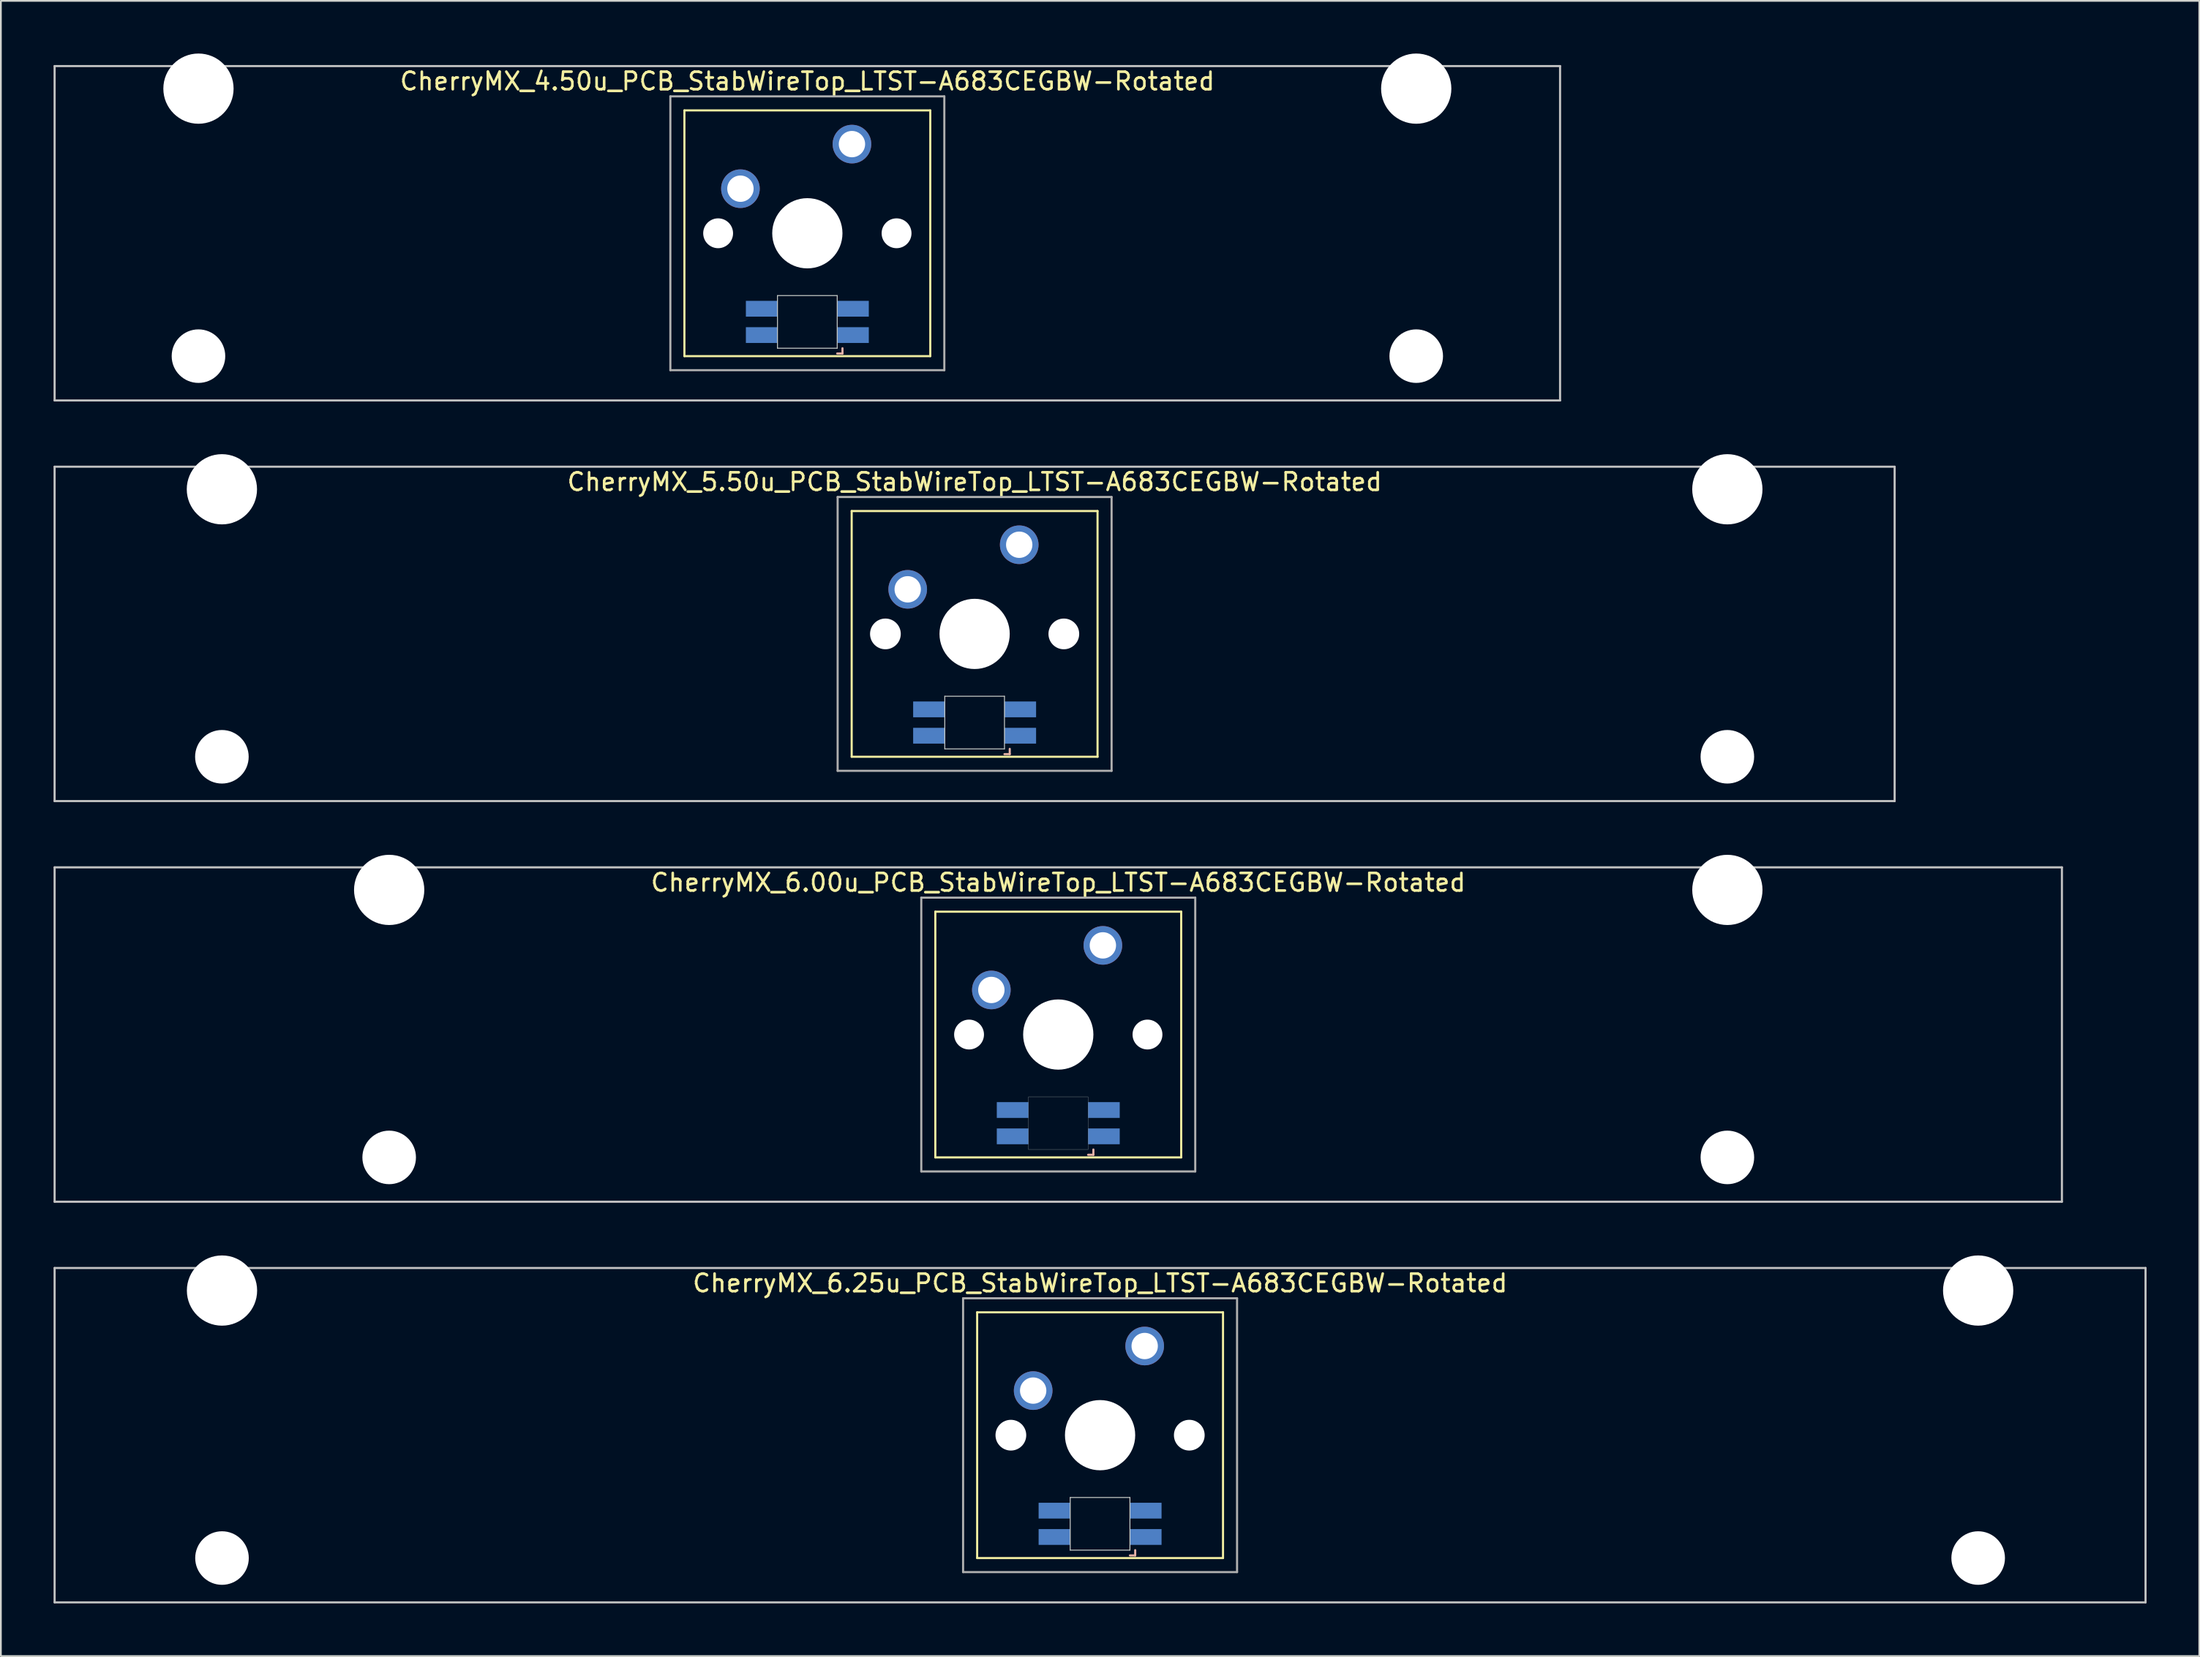
<source format=kicad_pcb>
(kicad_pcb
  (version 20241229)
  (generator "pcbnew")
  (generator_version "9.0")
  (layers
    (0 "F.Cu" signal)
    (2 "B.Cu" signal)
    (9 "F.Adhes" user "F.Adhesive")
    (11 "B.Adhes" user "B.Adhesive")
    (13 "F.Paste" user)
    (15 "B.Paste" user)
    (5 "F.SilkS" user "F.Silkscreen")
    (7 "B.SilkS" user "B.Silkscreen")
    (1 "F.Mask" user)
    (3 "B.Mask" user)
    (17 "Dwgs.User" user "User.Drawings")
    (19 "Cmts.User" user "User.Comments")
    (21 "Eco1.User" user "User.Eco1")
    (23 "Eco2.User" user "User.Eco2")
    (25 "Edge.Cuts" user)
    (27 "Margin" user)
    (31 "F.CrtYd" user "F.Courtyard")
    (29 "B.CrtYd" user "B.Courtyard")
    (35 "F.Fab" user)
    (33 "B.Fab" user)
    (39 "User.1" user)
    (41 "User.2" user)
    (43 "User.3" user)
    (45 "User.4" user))
  (footprint "CherryMX_4.50u_PCB_StabWireTop_LTST-A683CEGBW-Rotated"
    (layer "F.Cu")
    (at 42.922 10.24)
    (property "Reference" "CherryMX_4.50u_PCB_StabWireTop_LTST-A683CEGBW-Rotated" (at 0 -8.662 0) (layer "F.SilkS") (effects (font (size 1 1) (thickness 0.15))))
    (attr through_hole)
    (fp_line (start -7 -7) (end -7 7) (stroke (width 0.12) (type solid)) (layer "F.SilkS"))
    (fp_line (start -7 -7) (end 7 -7) (stroke (width 0.12) (type solid)) (layer "F.SilkS"))
    (fp_line (start 7 -7) (end 7 7) (stroke (width 0.12) (type solid)) (layer "F.SilkS"))
    (fp_line (start 7 7) (end -7 7) (stroke (width 0.12) (type solid)) (layer "F.SilkS"))
    (fp_line (start 1.7 6.85) (end 2 6.85) (stroke (width 0.12) (type solid)) (layer "B.SilkS"))
    (fp_line (start 2 6.85) (end 2 6.55) (stroke (width 0.12) (type solid)) (layer "B.SilkS"))
    (fp_line (start -42.862 -9.525) (end 42.862 -9.525) (stroke (width 0.12) (type solid)) (layer "Dwgs.User"))
    (fp_line (start -42.862 9.525) (end -42.862 -9.525) (stroke (width 0.12) (type solid)) (layer "Dwgs.User"))
    (fp_line (start 42.862 -9.525) (end 42.862 9.525) (stroke (width 0.12) (type solid)) (layer "Dwgs.User"))
    (fp_line (start 42.862 9.525) (end -42.862 9.525) (stroke (width 0.12) (type solid)) (layer "Dwgs.User"))
    (fp_line (start -1.7 3.55) (end 1.7 3.55) (stroke (width 0.05) (type solid)) (layer "Edge.Cuts"))
    (fp_line (start -1.7 6.55) (end -1.7 3.55) (stroke (width 0.05) (type solid)) (layer "Edge.Cuts"))
    (fp_line (start 1.7 3.55) (end 1.7 6.55) (stroke (width 0.05) (type solid)) (layer "Edge.Cuts"))
    (fp_line (start 1.7 6.55) (end -1.7 6.55) (stroke (width 0.05) (type solid)) (layer "Edge.Cuts"))
    (fp_line (start -7.8 -7.8) (end -7.8 7.8) (stroke (width 0.12) (type solid)) (layer "F.Fab"))
    (fp_line (start -7.8 -7.8) (end 7.8 -7.8) (stroke (width 0.12) (type solid)) (layer "F.Fab"))
    (fp_line (start -7.8 7.8) (end 7.8 7.8) (stroke (width 0.12) (type solid)) (layer "F.Fab"))
    (fp_line (start 7.8 -7.8) (end 7.8 7.8) (stroke (width 0.12) (type solid)) (layer "F.Fab"))
    (pad "" np_thru_hole circle (at -34.671 -8.24) (size 4 4) (drill 4) (layers "*.Cu" "*.Mask"))
    (pad "" np_thru_hole circle (at -34.671 7) (size 3.05 3.05) (drill 3.05) (layers "*.Cu" "*.Mask"))
    (pad "" np_thru_hole circle (at -5.08 0) (size 1.7 1.7) (drill 1.7) (layers "*.Cu" "*.Mask"))
    (pad "" np_thru_hole circle (at 0 0) (size 4 4) (drill 4) (layers "*.Cu" "*.Mask"))
    (pad "" np_thru_hole circle (at 5.08 0) (size 1.7 1.7) (drill 1.7) (layers "*.Cu" "*.Mask"))
    (pad "" np_thru_hole circle (at 34.671 -8.24) (size 4 4) (drill 4) (layers "*.Cu" "*.Mask"))
    (pad "" np_thru_hole circle (at 34.671 7) (size 3.05 3.05) (drill 3.05) (layers "*.Cu" "*.Mask"))
    (pad "1" thru_hole circle (at -3.81 -2.54) (size 2.2 2.2) (drill 1.5) (layers "*.Cu" "*.Mask"))
    (pad "2" thru_hole circle (at 2.54 -5.08) (size 2.2 2.2) (drill 1.5) (layers "*.Cu" "*.Mask"))
    (pad "3" smd rect (at 2.6 5.8 180) (size 1.8 0.9) (layers "B.Cu" "B.Mask" "B.Paste"))
    (pad "4" smd rect (at 2.6 4.3 180) (size 1.8 0.9) (layers "B.Cu" "B.Mask" "B.Paste"))
    (pad "5" smd rect (at -2.6 5.8 180) (size 1.8 0.9) (layers "B.Cu" "B.Mask" "B.Paste"))
    (pad "6" smd rect (at -2.6 4.3 180) (size 1.8 0.9) (layers "B.Cu" "B.Mask" "B.Paste")))
  (footprint "CherryMX_5.50u_PCB_StabWireTop_LTST-A683CEGBW-Rotated"
    (layer "F.Cu")
    (at 52.447 33.065)
    (property "Reference" "CherryMX_5.50u_PCB_StabWireTop_LTST-A683CEGBW-Rotated" (at 0 -8.662 0) (layer "F.SilkS") (effects (font (size 1 1) (thickness 0.15))))
    (attr through_hole)
    (fp_line (start -7 -7) (end -7 7) (stroke (width 0.12) (type solid)) (layer "F.SilkS"))
    (fp_line (start -7 -7) (end 7 -7) (stroke (width 0.12) (type solid)) (layer "F.SilkS"))
    (fp_line (start 7 -7) (end 7 7) (stroke (width 0.12) (type solid)) (layer "F.SilkS"))
    (fp_line (start 7 7) (end -7 7) (stroke (width 0.12) (type solid)) (layer "F.SilkS"))
    (fp_line (start 1.7 6.85) (end 2 6.85) (stroke (width 0.12) (type solid)) (layer "B.SilkS"))
    (fp_line (start 2 6.85) (end 2 6.55) (stroke (width 0.12) (type solid)) (layer "B.SilkS"))
    (fp_line (start -52.388 -9.525) (end 52.388 -9.525) (stroke (width 0.12) (type solid)) (layer "Dwgs.User"))
    (fp_line (start -52.388 9.525) (end -52.388 -9.525) (stroke (width 0.12) (type solid)) (layer "Dwgs.User"))
    (fp_line (start 52.388 -9.525) (end 52.388 9.525) (stroke (width 0.12) (type solid)) (layer "Dwgs.User"))
    (fp_line (start 52.388 9.525) (end -52.388 9.525) (stroke (width 0.12) (type solid)) (layer "Dwgs.User"))
    (fp_line (start -1.7 3.55) (end 1.7 3.55) (stroke (width 0.05) (type solid)) (layer "Edge.Cuts"))
    (fp_line (start -1.7 6.55) (end -1.7 3.55) (stroke (width 0.05) (type solid)) (layer "Edge.Cuts"))
    (fp_line (start 1.7 3.55) (end 1.7 6.55) (stroke (width 0.05) (type solid)) (layer "Edge.Cuts"))
    (fp_line (start 1.7 6.55) (end -1.7 6.55) (stroke (width 0.05) (type solid)) (layer "Edge.Cuts"))
    (fp_line (start -7.8 -7.8) (end -7.8 7.8) (stroke (width 0.12) (type solid)) (layer "F.Fab"))
    (fp_line (start -7.8 -7.8) (end 7.8 -7.8) (stroke (width 0.12) (type solid)) (layer "F.Fab"))
    (fp_line (start -7.8 7.8) (end 7.8 7.8) (stroke (width 0.12) (type solid)) (layer "F.Fab"))
    (fp_line (start 7.8 -7.8) (end 7.8 7.8) (stroke (width 0.12) (type solid)) (layer "F.Fab"))
    (pad "" np_thru_hole circle (at -42.862 -8.24) (size 4 4) (drill 4) (layers "*.Cu" "*.Mask"))
    (pad "" np_thru_hole circle (at -42.862 7) (size 3.05 3.05) (drill 3.05) (layers "*.Cu" "*.Mask"))
    (pad "" np_thru_hole circle (at -5.08 0) (size 1.75 1.75) (drill 1.75) (layers "*.Cu" "*.Mask"))
    (pad "" np_thru_hole circle (at 0 0) (size 4 4) (drill 4) (layers "*.Cu" "*.Mask"))
    (pad "" np_thru_hole circle (at 5.08 0) (size 1.75 1.75) (drill 1.75) (layers "*.Cu" "*.Mask"))
    (pad "" np_thru_hole circle (at 42.862 -8.24) (size 4 4) (drill 4) (layers "*.Cu" "*.Mask"))
    (pad "" np_thru_hole circle (at 42.862 7) (size 3.05 3.05) (drill 3.05) (layers "*.Cu" "*.Mask"))
    (pad "1" thru_hole circle (at -3.81 -2.54) (size 2.2 2.2) (drill 1.5) (layers "*.Cu" "*.Mask"))
    (pad "2" thru_hole circle (at 2.54 -5.08) (size 2.2 2.2) (drill 1.5) (layers "*.Cu" "*.Mask"))
    (pad "3" smd rect (at 2.6 5.8) (size 1.8 0.9) (layers "B.Cu" "B.Mask" "B.Paste"))
    (pad "4" smd rect (at 2.6 4.3) (size 1.8 0.9) (layers "B.Cu" "B.Mask" "B.Paste"))
    (pad "5" smd rect (at -2.6 5.8) (size 1.8 0.9) (layers "B.Cu" "B.Mask" "B.Paste"))
    (pad "6" smd rect (at -2.6 4.3) (size 1.8 0.9) (layers "B.Cu" "B.Mask" "B.Paste")))
  (footprint "CherryMX_6.00u_PCB_StabWireTop_LTST-A683CEGBW-Rotated"
    (layer "F.Cu")
    (at 57.21 55.89)
    (property "Reference" "CherryMX_6.00u_PCB_StabWireTop_LTST-A683CEGBW-Rotated" (at 0 -8.662 0) (layer "F.SilkS") (effects (font (size 1 1) (thickness 0.15))))
    (attr through_hole)
    (fp_line (start -7 -7) (end -7 7) (stroke (width 0.12) (type solid)) (layer "F.SilkS"))
    (fp_line (start -7 -7) (end 7 -7) (stroke (width 0.12) (type solid)) (layer "F.SilkS"))
    (fp_line (start 7 -7) (end 7 7) (stroke (width 0.12) (type solid)) (layer "F.SilkS"))
    (fp_line (start 7 7) (end -7 7) (stroke (width 0.12) (type solid)) (layer "F.SilkS"))
    (fp_line (start 1.7 6.85) (end 2 6.85) (stroke (width 0.12) (type solid)) (layer "B.SilkS"))
    (fp_line (start 2 6.85) (end 2 6.55) (stroke (width 0.12) (type solid)) (layer "B.SilkS"))
    (fp_line (start -57.15 -9.525) (end 57.15 -9.525) (stroke (width 0.12) (type solid)) (layer "Dwgs.User"))
    (fp_line (start -57.15 9.525) (end -57.15 -9.525) (stroke (width 0.12) (type solid)) (layer "Dwgs.User"))
    (fp_line (start 57.15 -9.525) (end 57.15 9.525) (stroke (width 0.12) (type solid)) (layer "Dwgs.User"))
    (fp_line (start 57.15 9.525) (end -57.15 9.525) (stroke (width 0.12) (type solid)) (layer "Dwgs.User"))
    (fp_poly (pts (xy -1.7 3.55) (xy 1.7 3.55) (xy 1.7 6.55) (xy -1.7 6.55)) (stroke (width 0.01) (type solid)) (fill no) (layer "Edge.Cuts"))
    (fp_line (start -7.8 -7.8) (end -7.8 7.8) (stroke (width 0.12) (type solid)) (layer "F.Fab"))
    (fp_line (start -7.8 -7.8) (end 7.8 -7.8) (stroke (width 0.12) (type solid)) (layer "F.Fab"))
    (fp_line (start -7.8 7.8) (end 7.8 7.8) (stroke (width 0.12) (type solid)) (layer "F.Fab"))
    (fp_line (start 7.8 -7.8) (end 7.8 7.8) (stroke (width 0.12) (type solid)) (layer "F.Fab"))
    (pad "" np_thru_hole circle (at -38.1 -8.24) (size 4 4) (drill 4) (layers "*.Cu" "*.Mask"))
    (pad "" np_thru_hole circle (at -38.1 7) (size 3.05 3.05) (drill 3.05) (layers "*.Cu" "*.Mask"))
    (pad "" np_thru_hole circle (at -5.08 0) (size 1.7 1.7) (drill 1.7) (layers "*.Cu" "*.Mask"))
    (pad "" np_thru_hole circle (at 0 0) (size 4 4) (drill 4) (layers "*.Cu" "*.Mask"))
    (pad "" np_thru_hole circle (at 5.08 0) (size 1.7 1.7) (drill 1.7) (layers "*.Cu" "*.Mask"))
    (pad "" np_thru_hole circle (at 38.1 -8.24) (size 4 4) (drill 4) (layers "*.Cu" "*.Mask"))
    (pad "" np_thru_hole circle (at 38.1 7) (size 3.05 3.05) (drill 3.05) (layers "*.Cu" "*.Mask"))
    (pad "1" thru_hole circle (at -3.81 -2.54) (size 2.2 2.2) (drill 1.5) (layers "*.Cu" "*.Mask"))
    (pad "2" thru_hole circle (at 2.54 -5.08) (size 2.2 2.2) (drill 1.5) (layers "*.Cu" "*.Mask"))
    (pad "3" smd rect (at 2.6 5.8 180) (size 1.8 0.9) (layers "B.Cu" "B.Mask" "B.Paste"))
    (pad "4" smd rect (at 2.6 4.3 180) (size 1.8 0.9) (layers "B.Cu" "B.Mask" "B.Paste"))
    (pad "5" smd rect (at -2.6 5.8 180) (size 1.8 0.9) (layers "B.Cu" "B.Mask" "B.Paste"))
    (pad "6" smd rect (at -2.6 4.3 180) (size 1.8 0.9) (layers "B.Cu" "B.Mask" "B.Paste")))
  (footprint "CherryMX_6.25u_PCB_StabWireTop_LTST-A683CEGBW-Rotated"
    (layer "F.Cu")
    (at 59.591 78.715)
    (property "Reference" "CherryMX_6.25u_PCB_StabWireTop_LTST-A683CEGBW-Rotated" (at 0 -8.662 0) (layer "F.SilkS") (effects (font (size 1 1) (thickness 0.15))))
    (attr through_hole)
    (fp_line (start -7 -7) (end -7 7) (stroke (width 0.12) (type solid)) (layer "F.SilkS"))
    (fp_line (start -7 -7) (end 7 -7) (stroke (width 0.12) (type solid)) (layer "F.SilkS"))
    (fp_line (start 7 -7) (end 7 7) (stroke (width 0.12) (type solid)) (layer "F.SilkS"))
    (fp_line (start 7 7) (end -7 7) (stroke (width 0.12) (type solid)) (layer "F.SilkS"))
    (fp_line (start 1.7 6.85) (end 2 6.85) (stroke (width 0.12) (type solid)) (layer "B.SilkS"))
    (fp_line (start 2 6.85) (end 2 6.55) (stroke (width 0.12) (type solid)) (layer "B.SilkS"))
    (fp_line (start -59.531 -9.525) (end 59.531 -9.525) (stroke (width 0.12) (type solid)) (layer "Dwgs.User"))
    (fp_line (start -59.531 9.525) (end -59.531 -9.525) (stroke (width 0.12) (type solid)) (layer "Dwgs.User"))
    (fp_line (start 59.531 -9.525) (end 59.531 9.525) (stroke (width 0.12) (type solid)) (layer "Dwgs.User"))
    (fp_line (start 59.531 9.525) (end -59.531 9.525) (stroke (width 0.12) (type solid)) (layer "Dwgs.User"))
    (fp_line (start -1.7 3.55) (end 1.7 3.55) (stroke (width 0.05) (type solid)) (layer "Edge.Cuts"))
    (fp_line (start -1.7 6.55) (end -1.7 3.55) (stroke (width 0.05) (type solid)) (layer "Edge.Cuts"))
    (fp_line (start 1.7 3.55) (end 1.7 6.55) (stroke (width 0.05) (type solid)) (layer "Edge.Cuts"))
    (fp_line (start 1.7 6.55) (end -1.7 6.55) (stroke (width 0.05) (type solid)) (layer "Edge.Cuts"))
    (fp_line (start -7.8 -7.8) (end -7.8 7.8) (stroke (width 0.12) (type solid)) (layer "F.Fab"))
    (fp_line (start -7.8 -7.8) (end 7.8 -7.8) (stroke (width 0.12) (type solid)) (layer "F.Fab"))
    (fp_line (start -7.8 7.8) (end 7.8 7.8) (stroke (width 0.12) (type solid)) (layer "F.Fab"))
    (fp_line (start 7.8 -7.8) (end 7.8 7.8) (stroke (width 0.12) (type solid)) (layer "F.Fab"))
    (pad "" np_thru_hole circle (at -50 -8.24) (size 4 4) (drill 4) (layers "*.Cu" "*.Mask"))
    (pad "" np_thru_hole circle (at -50 7) (size 3.05 3.05) (drill 3.05) (layers "*.Cu" "*.Mask"))
    (pad "" np_thru_hole circle (at -5.08 0) (size 1.75 1.75) (drill 1.75) (layers "*.Cu" "*.Mask"))
    (pad "" np_thru_hole circle (at 0 0) (size 4 4) (drill 4) (layers "*.Cu" "*.Mask"))
    (pad "" np_thru_hole circle (at 5.08 0) (size 1.75 1.75) (drill 1.75) (layers "*.Cu" "*.Mask"))
    (pad "" np_thru_hole circle (at 50 -8.24) (size 4 4) (drill 4) (layers "*.Cu" "*.Mask"))
    (pad "" np_thru_hole circle (at 50 7) (size 3.05 3.05) (drill 3.05) (layers "*.Cu" "*.Mask"))
    (pad "1" thru_hole circle (at -3.81 -2.54) (size 2.2 2.2) (drill 1.5) (layers "*.Cu" "*.Mask"))
    (pad "2" thru_hole circle (at 2.54 -5.08) (size 2.2 2.2) (drill 1.5) (layers "*.Cu" "*.Mask"))
    (pad "3" smd rect (at 2.6 5.8) (size 1.8 0.9) (layers "B.Cu" "B.Mask" "B.Paste"))
    (pad "4" smd rect (at 2.6 4.3) (size 1.8 0.9) (layers "B.Cu" "B.Mask" "B.Paste"))
    (pad "5" smd rect (at -2.6 5.8) (size 1.8 0.9) (layers "B.Cu" "B.Mask" "B.Paste"))
    (pad "6" smd rect (at -2.6 4.3) (size 1.8 0.9) (layers "B.Cu" "B.Mask" "B.Paste")))
  (gr_rect
    (start -3 -3)
    (end 122.183 91.3)
    (stroke (width 0.1) (type default))
    (fill no)
    (layer "Edge.Cuts")))
</source>
